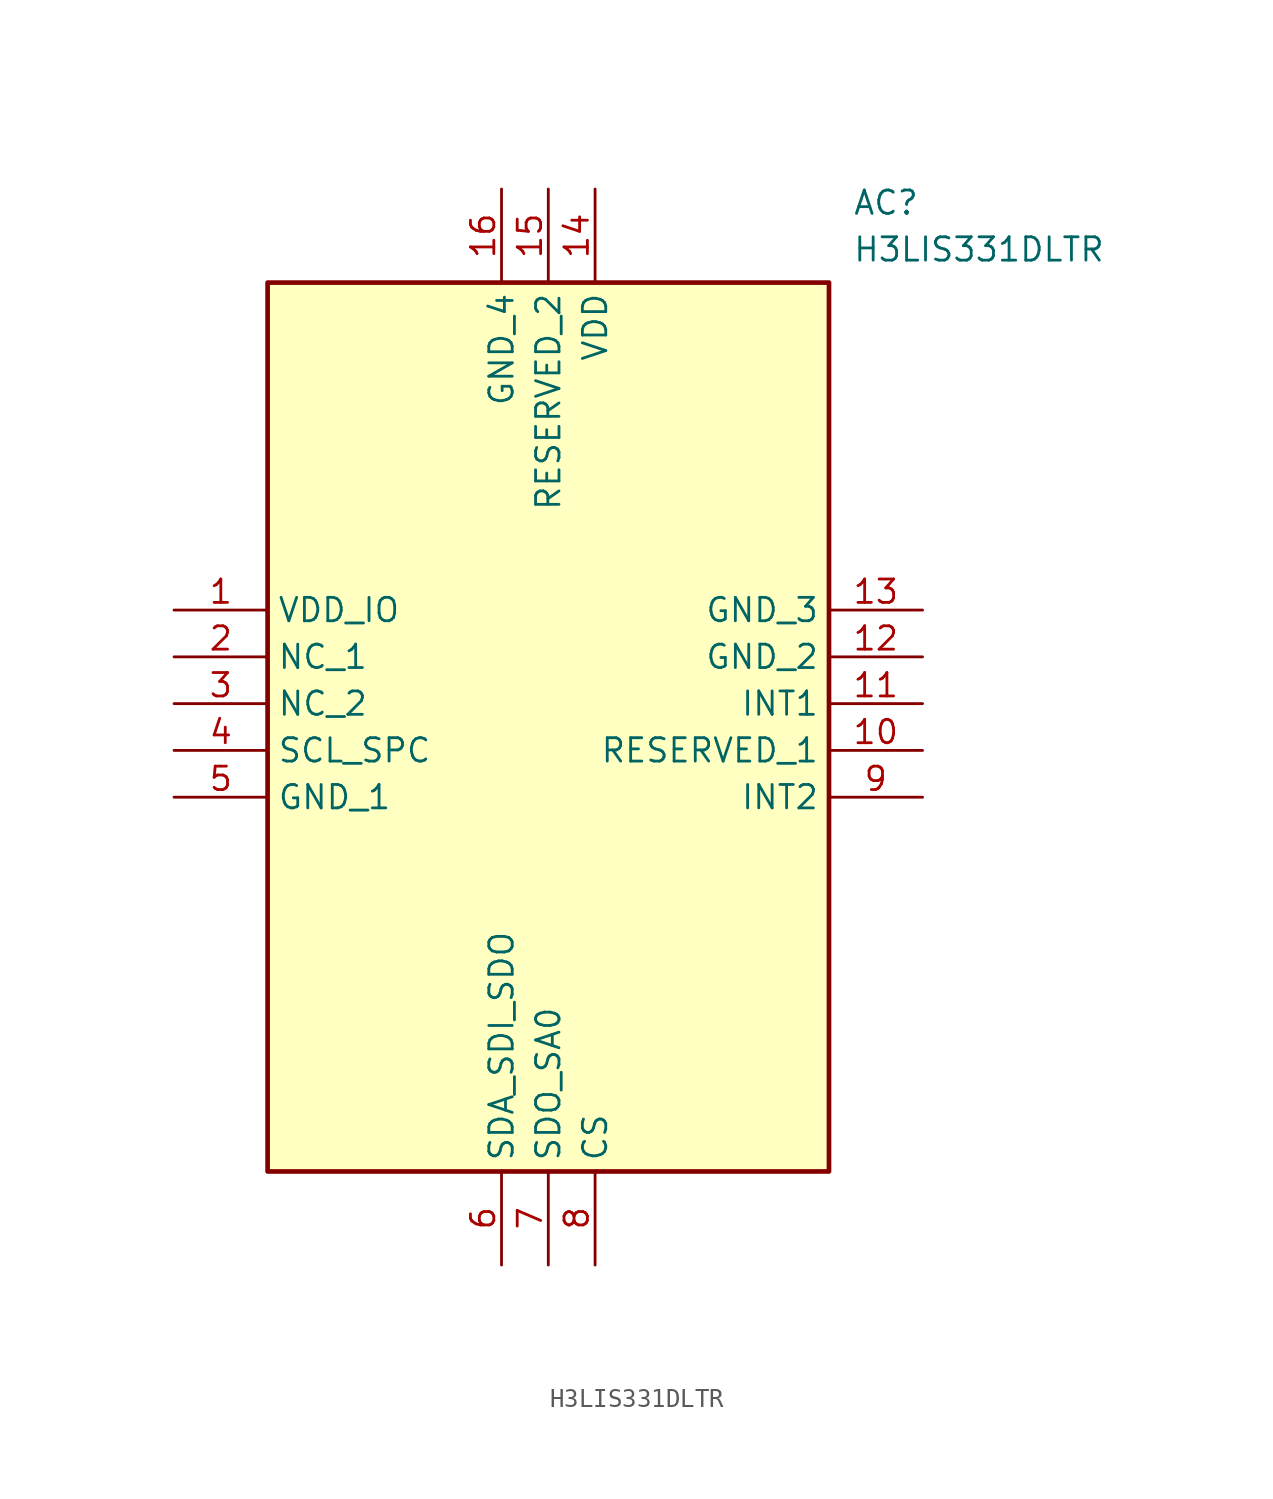
<source format=kicad_sym>
(kicad_symbol_lib
  (version 20211014)
  (generator SamacSys_ECAD_Model)
  (symbol "H3LIS331DLTR"
    (property "Reference" "AC"
      (at 36.83 22.86 0)
      (effects (font (size 1.27 1.27)) (justify left top)))
    (property "Value" "H3LIS331DLTR"
      (at 36.83 20.32 0)
      (effects (font (size 1.27 1.27)) (justify left top)))
    (rectangle
      (start 5.08 17.78)
      (end 35.56 -30.48)
      (stroke (width 0.254) (type default))
      (fill (type background)))
    (pin power_in line
      (at 0 0 0)
      (length 5.08)
      (name "VDD_IO" (effects (font (size 1.27 1.27))))
      (number "1" (effects (font (size 1.27 1.27)))))
    (pin passive line
      (at 0 -2.54 0)
      (length 5.08)
      (name "NC_1" (effects (font (size 1.27 1.27))))
      (number "2" (effects (font (size 1.27 1.27)))))
    (pin passive line
      (at 0 -5.08 0)
      (length 5.08)
      (name "NC_2" (effects (font (size 1.27 1.27))))
      (number "3" (effects (font (size 1.27 1.27)))))
    (pin passive line
      (at 0 -7.62 0)
      (length 5.08)
      (name "SCL_SPC" (effects (font (size 1.27 1.27))))
      (number "4" (effects (font (size 1.27 1.27)))))
    (pin power_in line
      (at 0 -10.16 0)
      (length 5.08)
      (name "GND_1" (effects (font (size 1.27 1.27))))
      (number "5" (effects (font (size 1.27 1.27)))))
    (pin passive line
      (at 17.78 -35.56 90)
      (length 5.08)
      (name "SDA_SDI_SDO" (effects (font (size 1.27 1.27))))
      (number "6" (effects (font (size 1.27 1.27)))))
    (pin passive line
      (at 20.32 -35.56 90)
      (length 5.08)
      (name "SDO_SA0" (effects (font (size 1.27 1.27))))
      (number "7" (effects (font (size 1.27 1.27)))))
    (pin input line
      (at 22.86 -35.56 90)
      (length 5.08)
      (name "CS" (effects (font (size 1.27 1.27))))
      (number "8" (effects (font (size 1.27 1.27)))))
    (pin input line
      (at 40.64 -10.16 180)
      (length 5.08)
      (name "INT2" (effects (font (size 1.27 1.27))))
      (number "9" (effects (font (size 1.27 1.27)))))
    (pin passive line
      (at 40.64 -7.62 180)
      (length 5.08)
      (name "RESERVED_1" (effects (font (size 1.27 1.27))))
      (number "10" (effects (font (size 1.27 1.27)))))
    (pin input line
      (at 40.64 -5.08 180)
      (length 5.08)
      (name "INT1" (effects (font (size 1.27 1.27))))
      (number "11" (effects (font (size 1.27 1.27)))))
    (pin power_in line
      (at 40.64 -2.54 180)
      (length 5.08)
      (name "GND_2" (effects (font (size 1.27 1.27))))
      (number "12" (effects (font (size 1.27 1.27)))))
    (pin power_in line
      (at 40.64 0 180)
      (length 5.08)
      (name "GND_3" (effects (font (size 1.27 1.27))))
      (number "13" (effects (font (size 1.27 1.27)))))
    (pin power_in line
      (at 22.86 22.86 270)
      (length 5.08)
      (name "VDD" (effects (font (size 1.27 1.27))))
      (number "14" (effects (font (size 1.27 1.27)))))
    (pin passive line
      (at 20.32 22.86 270)
      (length 5.08)
      (name "RESERVED_2" (effects (font (size 1.27 1.27))))
      (number "15" (effects (font (size 1.27 1.27)))))
    (pin power_in line
      (at 17.78 22.86 270)
      (length 5.08)
      (name "GND_4" (effects (font (size 1.27 1.27))))
      (number "16" (effects (font (size 1.27 1.27)))))))
</source>
